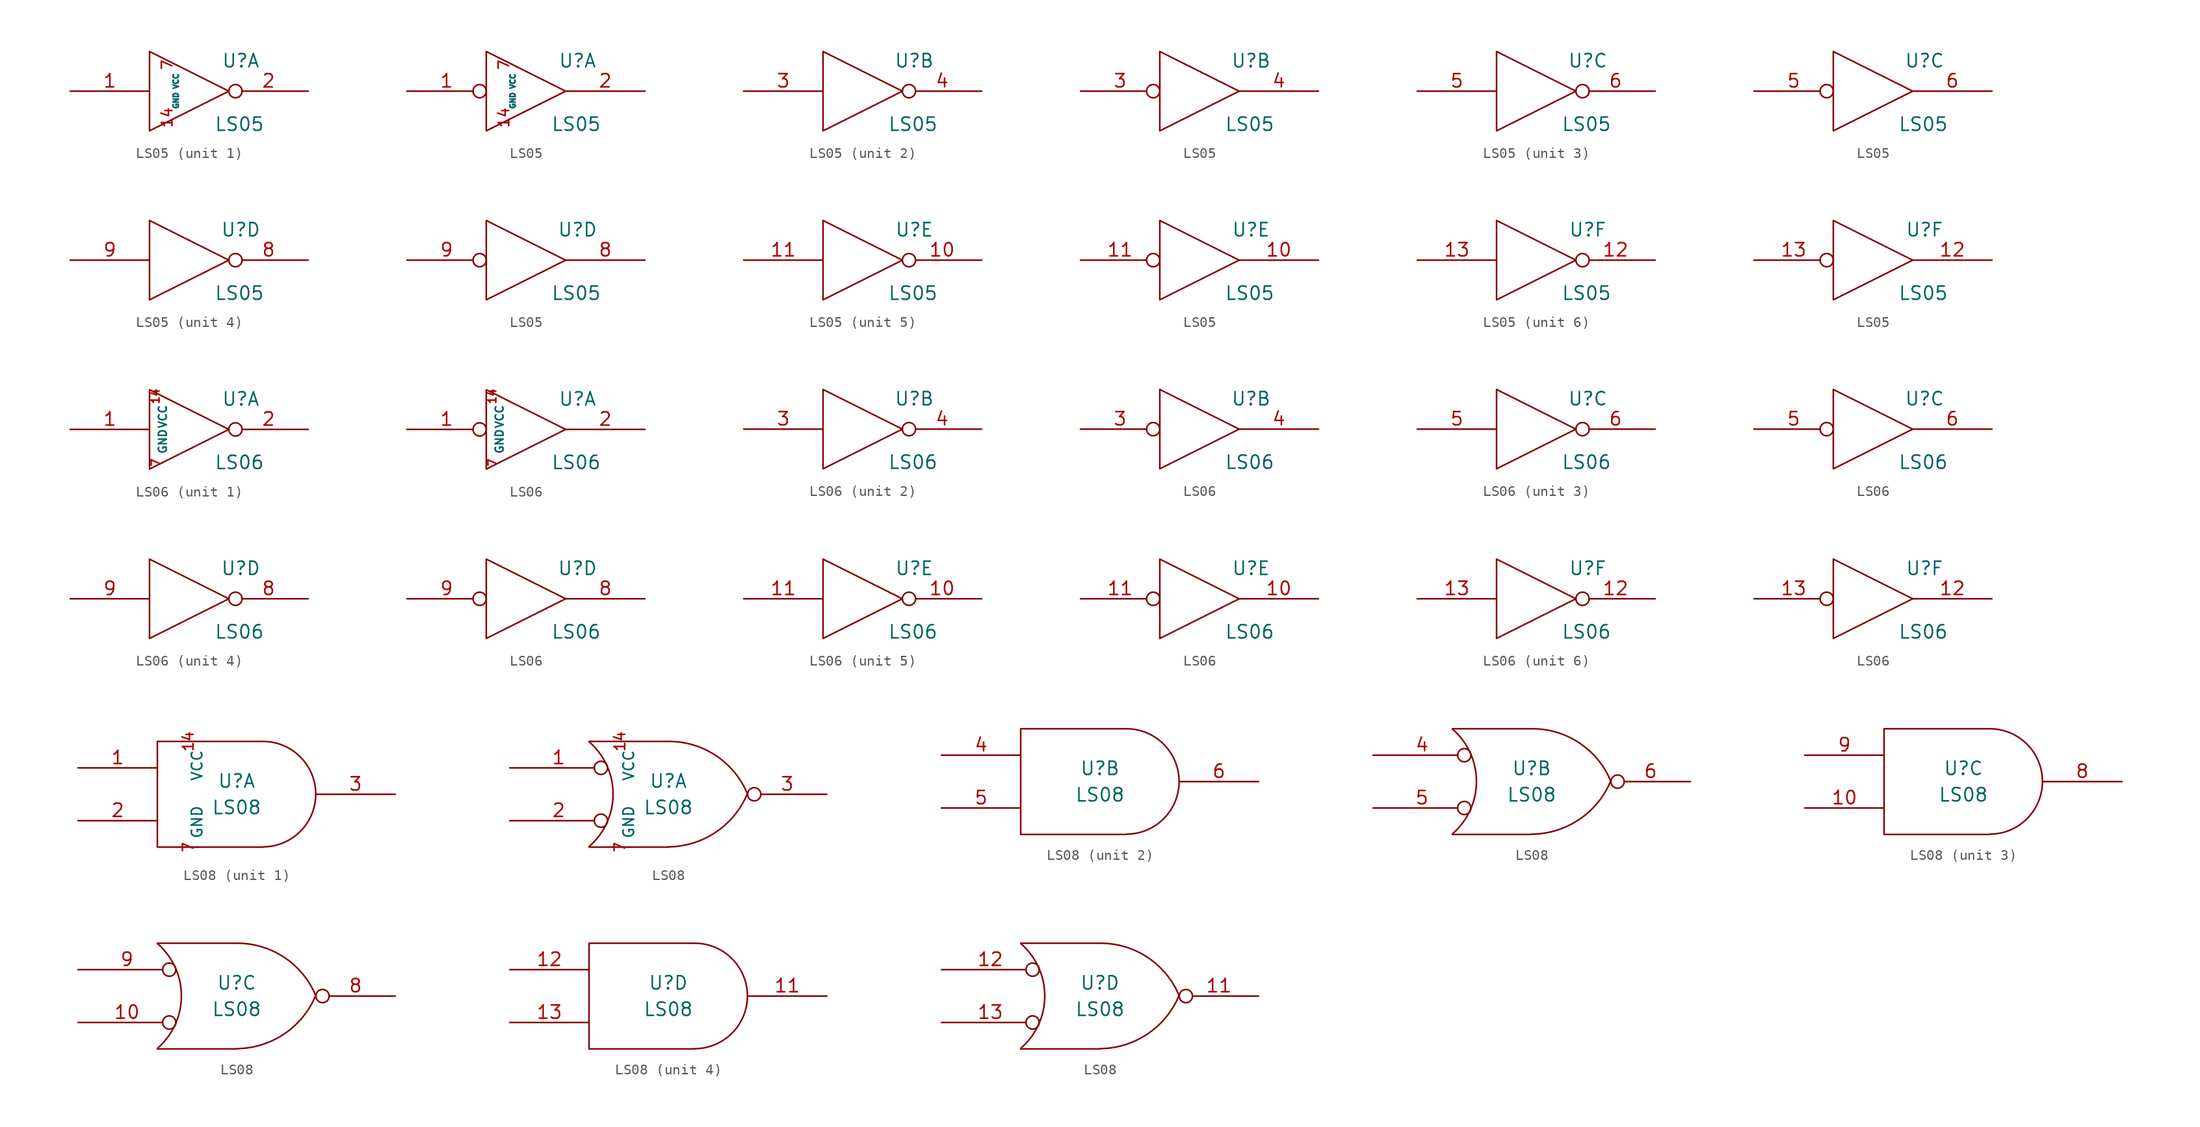
<source format=kicad_sym>
(kicad_symbol_lib
  (version 20211014)
  (generator kicad_symbol_editor)
  (symbol "LS05"
    (pin_names
      (offset 0.762))
    (property "Reference" "U"
      (at 4.953 2.921 0)
      (effects (font (size 1.27 1.27))))
    (property "Value" "LS05"
      (at 4.826 -3.175 0)
      (effects (font (size 1.27 1.27))))
    (symbol "LS05_0_0"
      (polyline (pts (xy -3.81 3.81) (xy -3.81 -3.81) (xy 3.81 0) (xy -3.81 3.81)) (stroke (width 0) (type default) (color 0 0 0 0)) (fill (type none))))
    (symbol "LS05_1_0"
      (pin power_in line (at -1.27 -2.54 90) (length 0) (name "GND" (effects (font (size 0.508 0.508)))) (number "14" (effects (font (size 1.016 1.016)))))
      (pin power_in line (at -1.27 2.54 270) (length 0) (name "VCC" (effects (font (size 0.508 0.508)))) (number "7" (effects (font (size 1.016 1.016))))))
    (symbol "LS05_1_1"
      (pin input line (at -11.43 0 0) (length 7.62) (name "~" (effects (font (size 1.27 1.27)))) (number "1" (effects (font (size 1.27 1.27)))))
      (pin open_collector inverted (at 11.43 0 180) (length 7.62) (name "~" (effects (font (size 1.27 1.27)))) (number "2" (effects (font (size 1.27 1.27))))))
    (symbol "LS05_1_2"
      (pin input inverted (at -11.43 0 0) (length 7.62) (name "~" (effects (font (size 1.27 1.27)))) (number "1" (effects (font (size 1.27 1.27)))))
      (pin open_collector line (at 11.43 0 180) (length 7.62) (name "~" (effects (font (size 1.27 1.27)))) (number "2" (effects (font (size 1.27 1.27))))))
    (symbol "LS05_2_1"
      (pin input line (at -11.43 0 0) (length 7.62) (name "~" (effects (font (size 1.27 1.27)))) (number "3" (effects (font (size 1.27 1.27)))))
      (pin open_collector inverted (at 11.43 0 180) (length 7.62) (name "~" (effects (font (size 1.27 1.27)))) (number "4" (effects (font (size 1.27 1.27))))))
    (symbol "LS05_2_2"
      (pin input inverted (at -11.43 0 0) (length 7.62) (name "~" (effects (font (size 1.27 1.27)))) (number "3" (effects (font (size 1.27 1.27)))))
      (pin open_collector line (at 11.43 0 180) (length 7.62) (name "~" (effects (font (size 1.27 1.27)))) (number "4" (effects (font (size 1.27 1.27))))))
    (symbol "LS05_3_1"
      (pin input line (at -11.43 0 0) (length 7.62) (name "~" (effects (font (size 1.27 1.27)))) (number "5" (effects (font (size 1.27 1.27)))))
      (pin open_collector inverted (at 11.43 0 180) (length 7.62) (name "~" (effects (font (size 1.27 1.27)))) (number "6" (effects (font (size 1.27 1.27))))))
    (symbol "LS05_3_2"
      (pin input inverted (at -11.43 0 0) (length 7.62) (name "~" (effects (font (size 1.27 1.27)))) (number "5" (effects (font (size 1.27 1.27)))))
      (pin open_collector line (at 11.43 0 180) (length 7.62) (name "~" (effects (font (size 1.27 1.27)))) (number "6" (effects (font (size 1.27 1.27))))))
    (symbol "LS05_4_1"
      (pin open_collector inverted (at 11.43 0 180) (length 7.62) (name "~" (effects (font (size 1.27 1.27)))) (number "8" (effects (font (size 1.27 1.27)))))
      (pin input line (at -11.43 0 0) (length 7.62) (name "~" (effects (font (size 1.27 1.27)))) (number "9" (effects (font (size 1.27 1.27))))))
    (symbol "LS05_4_2"
      (pin open_collector line (at 11.43 0 180) (length 7.62) (name "~" (effects (font (size 1.27 1.27)))) (number "8" (effects (font (size 1.27 1.27)))))
      (pin input inverted (at -11.43 0 0) (length 7.62) (name "~" (effects (font (size 1.27 1.27)))) (number "9" (effects (font (size 1.27 1.27))))))
    (symbol "LS05_5_1"
      (pin open_collector inverted (at 11.43 0 180) (length 7.62) (name "~" (effects (font (size 1.27 1.27)))) (number "10" (effects (font (size 1.27 1.27)))))
      (pin input line (at -11.43 0 0) (length 7.62) (name "~" (effects (font (size 1.27 1.27)))) (number "11" (effects (font (size 1.27 1.27))))))
    (symbol "LS05_5_2"
      (pin open_collector line (at 11.43 0 180) (length 7.62) (name "~" (effects (font (size 1.27 1.27)))) (number "10" (effects (font (size 1.27 1.27)))))
      (pin input inverted (at -11.43 0 0) (length 7.62) (name "~" (effects (font (size 1.27 1.27)))) (number "11" (effects (font (size 1.27 1.27))))))
    (symbol "LS05_6_1"
      (pin open_collector inverted (at 11.43 0 180) (length 7.62) (name "~" (effects (font (size 1.27 1.27)))) (number "12" (effects (font (size 1.27 1.27)))))
      (pin input line (at -11.43 0 0) (length 7.62) (name "~" (effects (font (size 1.27 1.27)))) (number "13" (effects (font (size 1.27 1.27))))))
    (symbol "LS05_6_2"
      (pin open_collector line (at 11.43 0 180) (length 7.62) (name "~" (effects (font (size 1.27 1.27)))) (number "12" (effects (font (size 1.27 1.27)))))
      (pin input inverted (at -11.43 0 0) (length 7.62) (name "~" (effects (font (size 1.27 1.27)))) (number "13" (effects (font (size 1.27 1.27)))))))
  (symbol "LS06"
    (pin_names
      (offset 0.762))
    (property "Reference" "U"
      (at 4.953 2.921 0)
      (effects (font (size 1.27 1.27))))
    (property "Value" "LS06"
      (at 4.826 -3.175 0)
      (effects (font (size 1.27 1.27))))
    (symbol "LS06_0_0"
      (polyline (pts (xy -3.81 3.81) (xy -3.81 -3.81) (xy 3.81 0) (xy -3.81 3.81)) (stroke (width 0) (type default) (color 0 0 0 0)) (fill (type none))))
    (symbol "LS06_1_0"
      (pin power_in line (at -2.54 3.175 270) (length 0) (name "VCC" (effects (font (size 0.762 0.762)))) (number "14" (effects (font (size 0.762 0.762)))))
      (pin power_in line (at -2.54 -3.175 90) (length 0) (name "GND" (effects (font (size 0.762 0.762)))) (number "7" (effects (font (size 0.762 0.762))))))
    (symbol "LS06_1_1"
      (pin input line (at -11.43 0 0) (length 7.62) (name "~" (effects (font (size 1.27 1.27)))) (number "1" (effects (font (size 1.27 1.27)))))
      (pin open_collector inverted (at 11.43 0 180) (length 7.62) (name "~" (effects (font (size 1.27 1.27)))) (number "2" (effects (font (size 1.27 1.27))))))
    (symbol "LS06_1_2"
      (pin input inverted (at -11.43 0 0) (length 7.62) (name "~" (effects (font (size 1.27 1.27)))) (number "1" (effects (font (size 1.27 1.27)))))
      (pin open_collector line (at 11.43 0 180) (length 7.62) (name "~" (effects (font (size 1.27 1.27)))) (number "2" (effects (font (size 1.27 1.27))))))
    (symbol "LS06_2_1"
      (pin input line (at -11.43 0 0) (length 7.62) (name "~" (effects (font (size 1.27 1.27)))) (number "3" (effects (font (size 1.27 1.27)))))
      (pin open_collector inverted (at 11.43 0 180) (length 7.62) (name "~" (effects (font (size 1.27 1.27)))) (number "4" (effects (font (size 1.27 1.27))))))
    (symbol "LS06_2_2"
      (pin input inverted (at -11.43 0 0) (length 7.62) (name "~" (effects (font (size 1.27 1.27)))) (number "3" (effects (font (size 1.27 1.27)))))
      (pin open_collector line (at 11.43 0 180) (length 7.62) (name "~" (effects (font (size 1.27 1.27)))) (number "4" (effects (font (size 1.27 1.27))))))
    (symbol "LS06_3_1"
      (pin input line (at -11.43 0 0) (length 7.62) (name "~" (effects (font (size 1.27 1.27)))) (number "5" (effects (font (size 1.27 1.27)))))
      (pin open_collector inverted (at 11.43 0 180) (length 7.62) (name "~" (effects (font (size 1.27 1.27)))) (number "6" (effects (font (size 1.27 1.27))))))
    (symbol "LS06_3_2"
      (pin input inverted (at -11.43 0 0) (length 7.62) (name "~" (effects (font (size 1.27 1.27)))) (number "5" (effects (font (size 1.27 1.27)))))
      (pin open_collector line (at 11.43 0 180) (length 7.62) (name "~" (effects (font (size 1.27 1.27)))) (number "6" (effects (font (size 1.27 1.27))))))
    (symbol "LS06_4_1"
      (pin open_collector inverted (at 11.43 0 180) (length 7.62) (name "~" (effects (font (size 1.27 1.27)))) (number "8" (effects (font (size 1.27 1.27)))))
      (pin input line (at -11.43 0 0) (length 7.62) (name "~" (effects (font (size 1.27 1.27)))) (number "9" (effects (font (size 1.27 1.27))))))
    (symbol "LS06_4_2"
      (pin open_collector line (at 11.43 0 180) (length 7.62) (name "~" (effects (font (size 1.27 1.27)))) (number "8" (effects (font (size 1.27 1.27)))))
      (pin input inverted (at -11.43 0 0) (length 7.62) (name "~" (effects (font (size 1.27 1.27)))) (number "9" (effects (font (size 1.27 1.27))))))
    (symbol "LS06_5_1"
      (pin open_collector inverted (at 11.43 0 180) (length 7.62) (name "~" (effects (font (size 1.27 1.27)))) (number "10" (effects (font (size 1.27 1.27)))))
      (pin input line (at -11.43 0 0) (length 7.62) (name "~" (effects (font (size 1.27 1.27)))) (number "11" (effects (font (size 1.27 1.27))))))
    (symbol "LS06_5_2"
      (pin open_collector line (at 11.43 0 180) (length 7.62) (name "~" (effects (font (size 1.27 1.27)))) (number "10" (effects (font (size 1.27 1.27)))))
      (pin input inverted (at -11.43 0 0) (length 7.62) (name "~" (effects (font (size 1.27 1.27)))) (number "11" (effects (font (size 1.27 1.27))))))
    (symbol "LS06_6_1"
      (pin open_collector inverted (at 11.43 0 180) (length 7.62) (name "~" (effects (font (size 1.27 1.27)))) (number "12" (effects (font (size 1.27 1.27)))))
      (pin input line (at -11.43 0 0) (length 7.62) (name "~" (effects (font (size 1.27 1.27)))) (number "13" (effects (font (size 1.27 1.27))))))
    (symbol "LS06_6_2"
      (pin open_collector line (at 11.43 0 180) (length 7.62) (name "~" (effects (font (size 1.27 1.27)))) (number "12" (effects (font (size 1.27 1.27)))))
      (pin input inverted (at -11.43 0 0) (length 7.62) (name "~" (effects (font (size 1.27 1.27)))) (number "13" (effects (font (size 1.27 1.27)))))))
  (symbol "LS08"
    (pin_names
      (offset 0.762))
    (property "Reference" "U"
      (at 0 1.27 0)
      (effects (font (size 1.27 1.27))))
    (property "Value" "LS08"
      (at 0 -1.27 0)
      (effects (font (size 1.27 1.27))))
    (symbol "LS08_0_1"
      (polyline (pts (xy 2.54 5.08) (xy -7.62 5.08) (xy -7.62 -5.08) (xy 2.54 -5.08)) (stroke (width 0) (type default) (color 0 0 0 0)) (fill (type none)))
      (arc (start 2.5654 -5.0546) (mid 7.5947 0.0127) (end 2.5654 5.08) (stroke (width 0) (type default) (color 0 0 0 0)) (fill (type none))))
    (symbol "LS08_0_2"
      (arc (start -7.62 -5.0292) (mid -5.3094 0.0127) (end -7.62 5.0546) (stroke (width 0) (type default) (color 0 0 0 0)) (fill (type none)))
      (arc (start 0 -5.0546) (mid 4.5649 -3.6437) (end 7.5946 0.0508) (stroke (width 0) (type default) (color 0 0 0 0)) (fill (type none)))
      (polyline (pts (xy -7.62 -5.08) (xy 0 -5.08)) (stroke (width 0) (type default) (color 0 0 0 0)) (fill (type none)))
      (polyline (pts (xy -7.62 5.08) (xy 0 5.08)) (stroke (width 0) (type default) (color 0 0 0 0)) (fill (type none)))
      (arc (start 7.62 0) (mid 4.6112 3.6959) (end 0.0508 5.08) (stroke (width 0) (type default) (color 0 0 0 0)) (fill (type none))))
    (symbol "LS08_1_0"
      (pin power_in line (at -3.81 5.08 270) (length 0) (name "VCC" (effects (font (size 1.016 1.016)))) (number "14" (effects (font (size 1.016 1.016)))))
      (pin power_in line (at -3.81 -5.08 90) (length 0) (name "GND" (effects (font (size 1.016 1.016)))) (number "7" (effects (font (size 1.016 1.016))))))
    (symbol "LS08_1_1"
      (pin input line (at -15.24 2.54 0) (length 7.62) (name "~" (effects (font (size 1.27 1.27)))) (number "1" (effects (font (size 1.27 1.27)))))
      (pin input line (at -15.24 -2.54 0) (length 7.62) (name "~" (effects (font (size 1.27 1.27)))) (number "2" (effects (font (size 1.27 1.27)))))
      (pin output line (at 15.24 0 180) (length 7.62) (name "~" (effects (font (size 1.27 1.27)))) (number "3" (effects (font (size 1.27 1.27))))))
    (symbol "LS08_1_2"
      (pin input inverted (at -15.24 2.54 0) (length 9.398) (name "~" (effects (font (size 1.27 1.27)))) (number "1" (effects (font (size 1.27 1.27)))))
      (pin input inverted (at -15.24 -2.54 0) (length 9.398) (name "~" (effects (font (size 1.27 1.27)))) (number "2" (effects (font (size 1.27 1.27)))))
      (pin output inverted (at 15.24 0 180) (length 7.62) (name "~" (effects (font (size 1.27 1.27)))) (number "3" (effects (font (size 1.27 1.27))))))
    (symbol "LS08_2_1"
      (pin input line (at -15.24 2.54 0) (length 7.62) (name "~" (effects (font (size 1.27 1.27)))) (number "4" (effects (font (size 1.27 1.27)))))
      (pin input line (at -15.24 -2.54 0) (length 7.62) (name "~" (effects (font (size 1.27 1.27)))) (number "5" (effects (font (size 1.27 1.27)))))
      (pin output line (at 15.24 0 180) (length 7.62) (name "~" (effects (font (size 1.27 1.27)))) (number "6" (effects (font (size 1.27 1.27))))))
    (symbol "LS08_2_2"
      (pin input inverted (at -15.24 2.54 0) (length 9.398) (name "~" (effects (font (size 1.27 1.27)))) (number "4" (effects (font (size 1.27 1.27)))))
      (pin input inverted (at -15.24 -2.54 0) (length 9.398) (name "~" (effects (font (size 1.27 1.27)))) (number "5" (effects (font (size 1.27 1.27)))))
      (pin output inverted (at 15.24 0 180) (length 7.62) (name "~" (effects (font (size 1.27 1.27)))) (number "6" (effects (font (size 1.27 1.27))))))
    (symbol "LS08_3_1"
      (pin input line (at -15.24 -2.54 0) (length 7.62) (name "~" (effects (font (size 1.27 1.27)))) (number "10" (effects (font (size 1.27 1.27)))))
      (pin output line (at 15.24 0 180) (length 7.62) (name "~" (effects (font (size 1.27 1.27)))) (number "8" (effects (font (size 1.27 1.27)))))
      (pin input line (at -15.24 2.54 0) (length 7.62) (name "~" (effects (font (size 1.27 1.27)))) (number "9" (effects (font (size 1.27 1.27))))))
    (symbol "LS08_3_2"
      (pin input inverted (at -15.24 -2.54 0) (length 9.398) (name "~" (effects (font (size 1.27 1.27)))) (number "10" (effects (font (size 1.27 1.27)))))
      (pin output inverted (at 15.24 0 180) (length 7.62) (name "~" (effects (font (size 1.27 1.27)))) (number "8" (effects (font (size 1.27 1.27)))))
      (pin input inverted (at -15.24 2.54 0) (length 9.398) (name "~" (effects (font (size 1.27 1.27)))) (number "9" (effects (font (size 1.27 1.27))))))
    (symbol "LS08_4_1"
      (pin output line (at 15.24 0 180) (length 7.62) (name "~" (effects (font (size 1.27 1.27)))) (number "11" (effects (font (size 1.27 1.27)))))
      (pin input line (at -15.24 2.54 0) (length 7.62) (name "~" (effects (font (size 1.27 1.27)))) (number "12" (effects (font (size 1.27 1.27)))))
      (pin input line (at -15.24 -2.54 0) (length 7.62) (name "~" (effects (font (size 1.27 1.27)))) (number "13" (effects (font (size 1.27 1.27))))))
    (symbol "LS08_4_2"
      (pin output inverted (at 15.24 0 180) (length 7.62) (name "~" (effects (font (size 1.27 1.27)))) (number "11" (effects (font (size 1.27 1.27)))))
      (pin input inverted (at -15.24 2.54 0) (length 9.398) (name "~" (effects (font (size 1.27 1.27)))) (number "12" (effects (font (size 1.27 1.27)))))
      (pin input inverted (at -15.24 -2.54 0) (length 9.398) (name "~" (effects (font (size 1.27 1.27)))) (number "13" (effects (font (size 1.27 1.27))))))))
</source>
